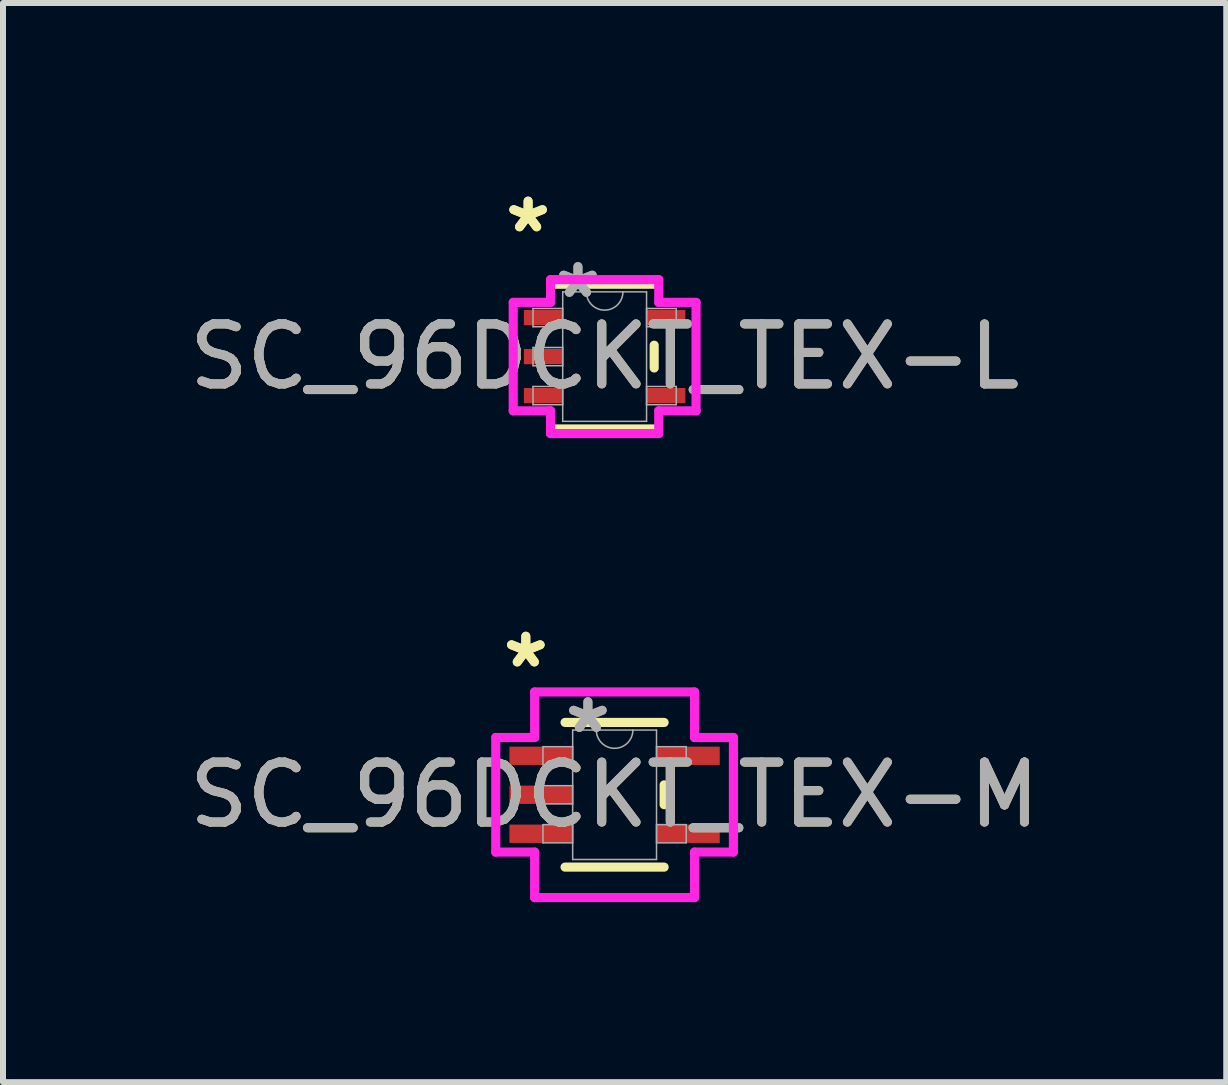
<source format=kicad_pcb>
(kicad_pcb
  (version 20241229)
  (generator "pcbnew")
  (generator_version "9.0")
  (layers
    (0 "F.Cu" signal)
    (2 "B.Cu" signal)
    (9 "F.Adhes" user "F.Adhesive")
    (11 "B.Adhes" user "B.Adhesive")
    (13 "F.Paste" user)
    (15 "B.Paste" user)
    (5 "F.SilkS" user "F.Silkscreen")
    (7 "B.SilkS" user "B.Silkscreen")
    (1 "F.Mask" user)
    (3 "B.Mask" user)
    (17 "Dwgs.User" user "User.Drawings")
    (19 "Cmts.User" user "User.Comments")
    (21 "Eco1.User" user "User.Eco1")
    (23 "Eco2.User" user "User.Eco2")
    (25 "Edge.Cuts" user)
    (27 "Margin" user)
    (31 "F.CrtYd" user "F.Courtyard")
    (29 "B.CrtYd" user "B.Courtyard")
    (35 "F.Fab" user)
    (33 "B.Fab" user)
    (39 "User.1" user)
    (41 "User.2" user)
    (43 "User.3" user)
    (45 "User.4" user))
  (footprint "SC_96DCKT_TEX-L"
    (layer "F.Cu")
    (at 7.03 2.895)
    (property "Reference" "SC_96DCKT_TEX-L" (at 0 0 0) (unlocked yes) (layer "F.SilkS") (effects (font (size 1 1) (thickness 0.15))))
    (attr smd)
    (fp_line (start -0.826 1.206) (end 0.826 1.206) (stroke (width 0.152) (type solid)) (layer "F.SilkS"))
    (fp_line (start 0.826 -1.206) (end -0.826 -1.206) (stroke (width 0.152) (type solid)) (layer "F.SilkS"))
    (fp_line (start 0.826 0.19) (end 0.826 -0.19) (stroke (width 0.152) (type solid)) (layer "F.SilkS"))
    (fp_line (start -1.524 -0.904) (end -0.902 -0.904) (stroke (width 0.152) (type solid)) (layer "F.CrtYd"))
    (fp_line (start -1.524 0.904) (end -1.524 -0.904) (stroke (width 0.152) (type solid)) (layer "F.CrtYd"))
    (fp_line (start -0.902 -1.283) (end 0.902 -1.283) (stroke (width 0.152) (type solid)) (layer "F.CrtYd"))
    (fp_line (start -0.902 -0.904) (end -0.902 -1.283) (stroke (width 0.152) (type solid)) (layer "F.CrtYd"))
    (fp_line (start -0.902 0.904) (end -1.524 0.904) (stroke (width 0.152) (type solid)) (layer "F.CrtYd"))
    (fp_line (start -0.902 1.283) (end -0.902 0.904) (stroke (width 0.152) (type solid)) (layer "F.CrtYd"))
    (fp_line (start 0.902 -1.283) (end 0.902 -0.904) (stroke (width 0.152) (type solid)) (layer "F.CrtYd"))
    (fp_line (start 0.902 -0.904) (end 1.524 -0.904) (stroke (width 0.152) (type solid)) (layer "F.CrtYd"))
    (fp_line (start 0.902 0.904) (end 0.902 1.283) (stroke (width 0.152) (type solid)) (layer "F.CrtYd"))
    (fp_line (start 0.902 1.283) (end -0.902 1.283) (stroke (width 0.152) (type solid)) (layer "F.CrtYd"))
    (fp_line (start 1.524 -0.904) (end 1.524 0.904) (stroke (width 0.152) (type solid)) (layer "F.CrtYd"))
    (fp_line (start 1.524 0.904) (end 0.902 0.904) (stroke (width 0.152) (type solid)) (layer "F.CrtYd"))
    (fp_line (start -1.194 -0.802) (end -1.194 -0.498) (stroke (width 0.025) (type solid)) (layer "F.Fab"))
    (fp_line (start -1.194 -0.498) (end -0.699 -0.498) (stroke (width 0.025) (type solid)) (layer "F.Fab"))
    (fp_line (start -1.194 -0.152) (end -1.194 0.152) (stroke (width 0.025) (type solid)) (layer "F.Fab"))
    (fp_line (start -1.194 0.152) (end -0.699 0.152) (stroke (width 0.025) (type solid)) (layer "F.Fab"))
    (fp_line (start -1.194 0.498) (end -1.194 0.802) (stroke (width 0.025) (type solid)) (layer "F.Fab"))
    (fp_line (start -1.194 0.802) (end -0.699 0.802) (stroke (width 0.025) (type solid)) (layer "F.Fab"))
    (fp_line (start -0.699 -1.079) (end -0.699 1.079) (stroke (width 0.025) (type solid)) (layer "F.Fab"))
    (fp_line (start -0.699 -0.802) (end -1.194 -0.802) (stroke (width 0.025) (type solid)) (layer "F.Fab"))
    (fp_line (start -0.699 -0.498) (end -0.699 -0.802) (stroke (width 0.025) (type solid)) (layer "F.Fab"))
    (fp_line (start -0.699 -0.152) (end -1.194 -0.152) (stroke (width 0.025) (type solid)) (layer "F.Fab"))
    (fp_line (start -0.699 0.152) (end -0.699 -0.152) (stroke (width 0.025) (type solid)) (layer "F.Fab"))
    (fp_line (start -0.699 0.498) (end -1.194 0.498) (stroke (width 0.025) (type solid)) (layer "F.Fab"))
    (fp_line (start -0.699 0.802) (end -0.699 0.498) (stroke (width 0.025) (type solid)) (layer "F.Fab"))
    (fp_line (start -0.699 1.079) (end 0.699 1.079) (stroke (width 0.025) (type solid)) (layer "F.Fab"))
    (fp_line (start 0.699 -1.079) (end -0.699 -1.079) (stroke (width 0.025) (type solid)) (layer "F.Fab"))
    (fp_line (start 0.699 -0.802) (end 0.699 -0.498) (stroke (width 0.025) (type solid)) (layer "F.Fab"))
    (fp_line (start 0.699 -0.498) (end 1.194 -0.498) (stroke (width 0.025) (type solid)) (layer "F.Fab"))
    (fp_line (start 0.699 0.498) (end 0.699 0.802) (stroke (width 0.025) (type solid)) (layer "F.Fab"))
    (fp_line (start 0.699 0.802) (end 1.194 0.802) (stroke (width 0.025) (type solid)) (layer "F.Fab"))
    (fp_line (start 0.699 1.079) (end 0.699 -1.079) (stroke (width 0.025) (type solid)) (layer "F.Fab"))
    (fp_line (start 1.194 -0.802) (end 0.699 -0.802) (stroke (width 0.025) (type solid)) (layer "F.Fab"))
    (fp_line (start 1.194 -0.498) (end 1.194 -0.802) (stroke (width 0.025) (type solid)) (layer "F.Fab"))
    (fp_line (start 1.194 0.498) (end 0.699 0.498) (stroke (width 0.025) (type solid)) (layer "F.Fab"))
    (fp_line (start 1.194 0.802) (end 1.194 0.498) (stroke (width 0.025) (type solid)) (layer "F.Fab"))
    (fp_arc (start 0.3048 -1.0795) (mid 0 -0.7747) (end -0.3048 -1.0795) (stroke (width 0.0254) (type solid)) (layer "F.Fab"))
    (fp_text user "*" (at -1.276 -2.047 0) (unlocked yes) (layer "F.SilkS") (effects (font (size 1 1) (thickness 0.15))))
    (fp_text user "*" (at -1.276 -2.047 0) (layer "F.SilkS") (effects (font (size 1 1) (thickness 0.15))))
    (fp_text user "${REFERENCE}" (at 0 0 0) (unlocked yes) (layer "F.Fab") (effects (font (size 1 1) (thickness 0.15))))
    (fp_text user "*" (at -0.445 -0.955 0) (layer "F.Fab") (effects (font (size 1 1) (thickness 0.15))))
    (fp_text user "*" (at -0.445 -0.955 0) (unlocked yes) (layer "F.Fab") (effects (font (size 1 1) (thickness 0.15))))
    (pad "1" smd rect (at -1.022 -0.65) (size 0.648 0.254) (layers "F.Cu" "F.Mask" "F.Paste"))
    (pad "2" smd rect (at -1.022 0) (size 0.648 0.254) (layers "F.Cu" "F.Mask" "F.Paste"))
    (pad "3" smd rect (at -1.022 0.65) (size 0.648 0.254) (layers "F.Cu" "F.Mask" "F.Paste"))
    (pad "4" smd rect (at 1.022 0.65) (size 0.648 0.254) (layers "F.Cu" "F.Mask" "F.Paste"))
    (pad "5" smd rect (at 1.022 -0.65) (size 0.648 0.254) (layers "F.Cu" "F.Mask" "F.Paste")))
  (footprint "SC_96DCKT_TEX-M"
    (layer "F.Cu")
    (at 7.196 10.2)
    (property "Reference" "SC_96DCKT_TEX-M" (at 0 0 0) (unlocked yes) (layer "F.SilkS") (effects (font (size 1 1) (thickness 0.15))))
    (attr smd)
    (fp_line (start -0.826 1.206) (end 0.826 1.206) (stroke (width 0.152) (type solid)) (layer "F.SilkS"))
    (fp_line (start 0.826 -1.206) (end -0.826 -1.206) (stroke (width 0.152) (type solid)) (layer "F.SilkS"))
    (fp_line (start 0.826 0.165) (end 0.826 -0.165) (stroke (width 0.152) (type solid)) (layer "F.SilkS"))
    (fp_line (start -1.981 -0.955) (end -1.333 -0.955) (stroke (width 0.152) (type solid)) (layer "F.CrtYd"))
    (fp_line (start -1.981 0.955) (end -1.981 -0.955) (stroke (width 0.152) (type solid)) (layer "F.CrtYd"))
    (fp_line (start -1.333 -1.714) (end 1.333 -1.714) (stroke (width 0.152) (type solid)) (layer "F.CrtYd"))
    (fp_line (start -1.333 -0.955) (end -1.333 -1.714) (stroke (width 0.152) (type solid)) (layer "F.CrtYd"))
    (fp_line (start -1.333 0.955) (end -1.981 0.955) (stroke (width 0.152) (type solid)) (layer "F.CrtYd"))
    (fp_line (start -1.333 1.714) (end -1.333 0.955) (stroke (width 0.152) (type solid)) (layer "F.CrtYd"))
    (fp_line (start 1.333 -1.714) (end 1.333 -0.955) (stroke (width 0.152) (type solid)) (layer "F.CrtYd"))
    (fp_line (start 1.333 -0.955) (end 1.981 -0.955) (stroke (width 0.152) (type solid)) (layer "F.CrtYd"))
    (fp_line (start 1.333 0.955) (end 1.333 1.714) (stroke (width 0.152) (type solid)) (layer "F.CrtYd"))
    (fp_line (start 1.333 1.714) (end -1.333 1.714) (stroke (width 0.152) (type solid)) (layer "F.CrtYd"))
    (fp_line (start 1.981 -0.955) (end 1.981 0.955) (stroke (width 0.152) (type solid)) (layer "F.CrtYd"))
    (fp_line (start 1.981 0.955) (end 1.333 0.955) (stroke (width 0.152) (type solid)) (layer "F.CrtYd"))
    (fp_line (start -1.194 -0.802) (end -1.194 -0.498) (stroke (width 0.025) (type solid)) (layer "F.Fab"))
    (fp_line (start -1.194 -0.498) (end -0.699 -0.498) (stroke (width 0.025) (type solid)) (layer "F.Fab"))
    (fp_line (start -1.194 -0.152) (end -1.194 0.152) (stroke (width 0.025) (type solid)) (layer "F.Fab"))
    (fp_line (start -1.194 0.152) (end -0.699 0.152) (stroke (width 0.025) (type solid)) (layer "F.Fab"))
    (fp_line (start -1.194 0.498) (end -1.194 0.802) (stroke (width 0.025) (type solid)) (layer "F.Fab"))
    (fp_line (start -1.194 0.802) (end -0.699 0.802) (stroke (width 0.025) (type solid)) (layer "F.Fab"))
    (fp_line (start -0.699 -1.079) (end -0.699 1.079) (stroke (width 0.025) (type solid)) (layer "F.Fab"))
    (fp_line (start -0.699 -0.802) (end -1.194 -0.802) (stroke (width 0.025) (type solid)) (layer "F.Fab"))
    (fp_line (start -0.699 -0.498) (end -0.699 -0.802) (stroke (width 0.025) (type solid)) (layer "F.Fab"))
    (fp_line (start -0.699 -0.152) (end -1.194 -0.152) (stroke (width 0.025) (type solid)) (layer "F.Fab"))
    (fp_line (start -0.699 0.152) (end -0.699 -0.152) (stroke (width 0.025) (type solid)) (layer "F.Fab"))
    (fp_line (start -0.699 0.498) (end -1.194 0.498) (stroke (width 0.025) (type solid)) (layer "F.Fab"))
    (fp_line (start -0.699 0.802) (end -0.699 0.498) (stroke (width 0.025) (type solid)) (layer "F.Fab"))
    (fp_line (start -0.699 1.079) (end 0.699 1.079) (stroke (width 0.025) (type solid)) (layer "F.Fab"))
    (fp_line (start 0.699 -1.079) (end -0.699 -1.079) (stroke (width 0.025) (type solid)) (layer "F.Fab"))
    (fp_line (start 0.699 -0.802) (end 0.699 -0.498) (stroke (width 0.025) (type solid)) (layer "F.Fab"))
    (fp_line (start 0.699 -0.498) (end 1.194 -0.498) (stroke (width 0.025) (type solid)) (layer "F.Fab"))
    (fp_line (start 0.699 0.498) (end 0.699 0.802) (stroke (width 0.025) (type solid)) (layer "F.Fab"))
    (fp_line (start 0.699 0.802) (end 1.194 0.802) (stroke (width 0.025) (type solid)) (layer "F.Fab"))
    (fp_line (start 0.699 1.079) (end 0.699 -1.079) (stroke (width 0.025) (type solid)) (layer "F.Fab"))
    (fp_line (start 1.194 -0.802) (end 0.699 -0.802) (stroke (width 0.025) (type solid)) (layer "F.Fab"))
    (fp_line (start 1.194 -0.498) (end 1.194 -0.802) (stroke (width 0.025) (type solid)) (layer "F.Fab"))
    (fp_line (start 1.194 0.498) (end 0.699 0.498) (stroke (width 0.025) (type solid)) (layer "F.Fab"))
    (fp_line (start 1.194 0.802) (end 1.194 0.498) (stroke (width 0.025) (type solid)) (layer "F.Fab"))
    (fp_arc (start 0.3048 -1.0795) (mid 0 -0.7747) (end -0.3048 -1.0795) (stroke (width 0.0254) (type solid)) (layer "F.Fab"))
    (fp_text user "*" (at -1.48 -2.098 0) (unlocked yes) (layer "F.SilkS") (effects (font (size 1 1) (thickness 0.15))))
    (fp_text user "*" (at -1.48 -2.098 0) (layer "F.SilkS") (effects (font (size 1 1) (thickness 0.15))))
    (fp_text user "*" (at -0.445 -1.006 0) (layer "F.Fab") (effects (font (size 1 1) (thickness 0.15))))
    (fp_text user "*" (at -0.445 -1.006 0) (unlocked yes) (layer "F.Fab") (effects (font (size 1 1) (thickness 0.15))))
    (fp_text user "${REFERENCE}" (at 0 0 0) (unlocked yes) (layer "F.Fab") (effects (font (size 1 1) (thickness 0.15))))
    (pad "1" smd rect (at -1.226 -0.65) (size 1.054 0.305) (layers "F.Cu" "F.Mask" "F.Paste"))
    (pad "2" smd rect (at -1.226 0) (size 1.054 0.305) (layers "F.Cu" "F.Mask" "F.Paste"))
    (pad "3" smd rect (at -1.226 0.65) (size 1.054 0.305) (layers "F.Cu" "F.Mask" "F.Paste"))
    (pad "4" smd rect (at 1.226 0.65) (size 1.054 0.305) (layers "F.Cu" "F.Mask" "F.Paste"))
    (pad "5" smd rect (at 1.226 -0.65) (size 1.054 0.305) (layers "F.Cu" "F.Mask" "F.Paste")))
  (gr_rect
    (start -3 -3)
    (end 17.393 14.991)
    (stroke (width 0.1) (type default))
    (fill no)
    (layer "Edge.Cuts")))
</source>
